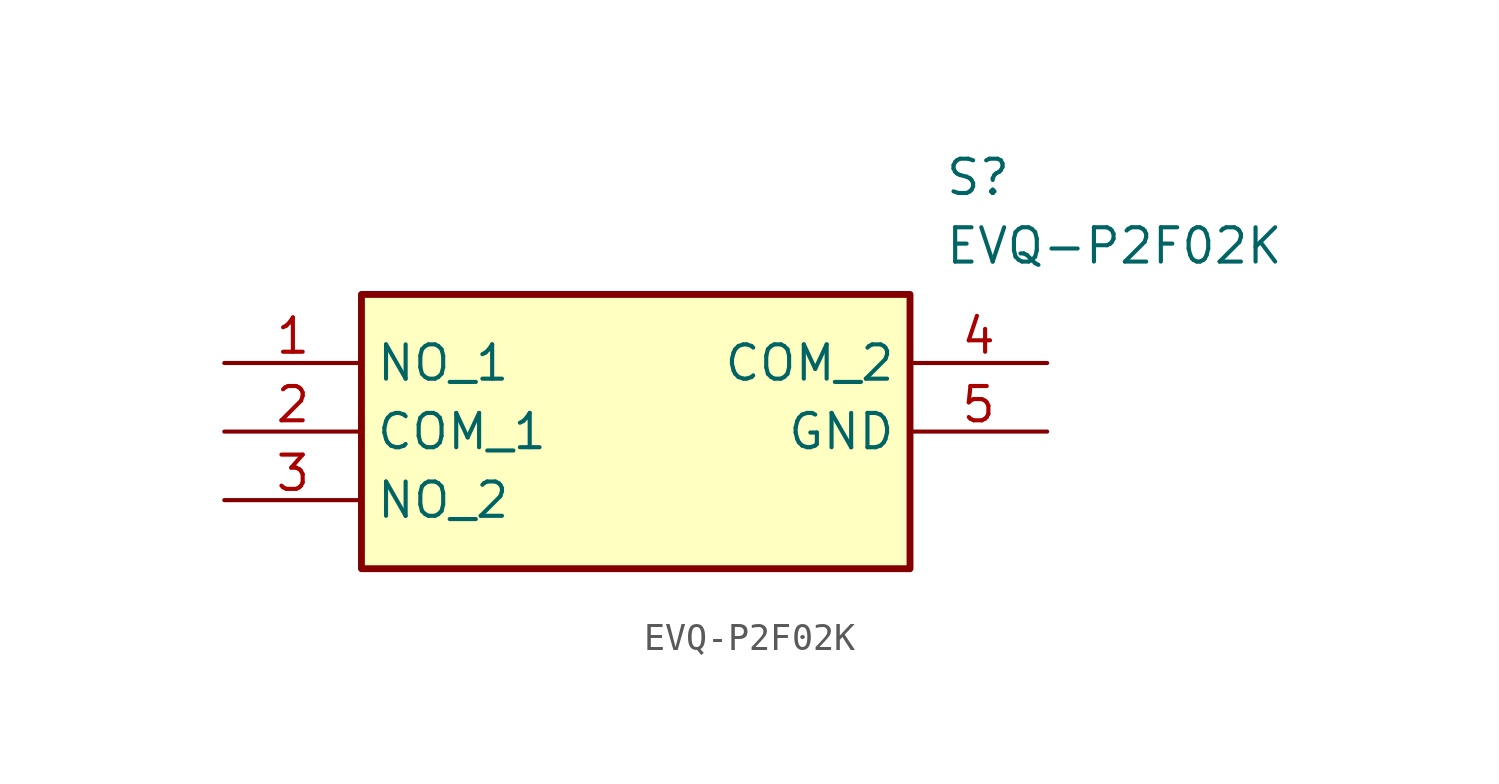
<source format=kicad_sym>
(kicad_symbol_lib
  (version 20211014)
  (generator SamacSys_ECAD_Model)
  (symbol "EVQ-P2F02K"
    (property "Reference" "S"
      (at 26.67 7.62 0)
      (effects (font (size 1.27 1.27)) (justify left top)))
    (property "Value" "EVQ-P2F02K"
      (at 26.67 5.08 0)
      (effects (font (size 1.27 1.27)) (justify left top)))
    (rectangle
      (start 5.08 2.54)
      (end 25.4 -7.62)
      (stroke (width 0.254) (type default))
      (fill (type background)))
    (pin passive line
      (at 0 0 0)
      (length 5.08)
      (name "NO_1" (effects (font (size 1.27 1.27))))
      (number "1" (effects (font (size 1.27 1.27)))))
    (pin passive line
      (at 0 -2.54 0)
      (length 5.08)
      (name "COM_1" (effects (font (size 1.27 1.27))))
      (number "2" (effects (font (size 1.27 1.27)))))
    (pin passive line
      (at 0 -5.08 0)
      (length 5.08)
      (name "NO_2" (effects (font (size 1.27 1.27))))
      (number "3" (effects (font (size 1.27 1.27)))))
    (pin passive line
      (at 30.48 0 180)
      (length 5.08)
      (name "COM_2" (effects (font (size 1.27 1.27))))
      (number "4" (effects (font (size 1.27 1.27)))))
    (pin passive line
      (at 30.48 -2.54 180)
      (length 5.08)
      (name "GND" (effects (font (size 1.27 1.27))))
      (number "5" (effects (font (size 1.27 1.27)))))))
</source>
